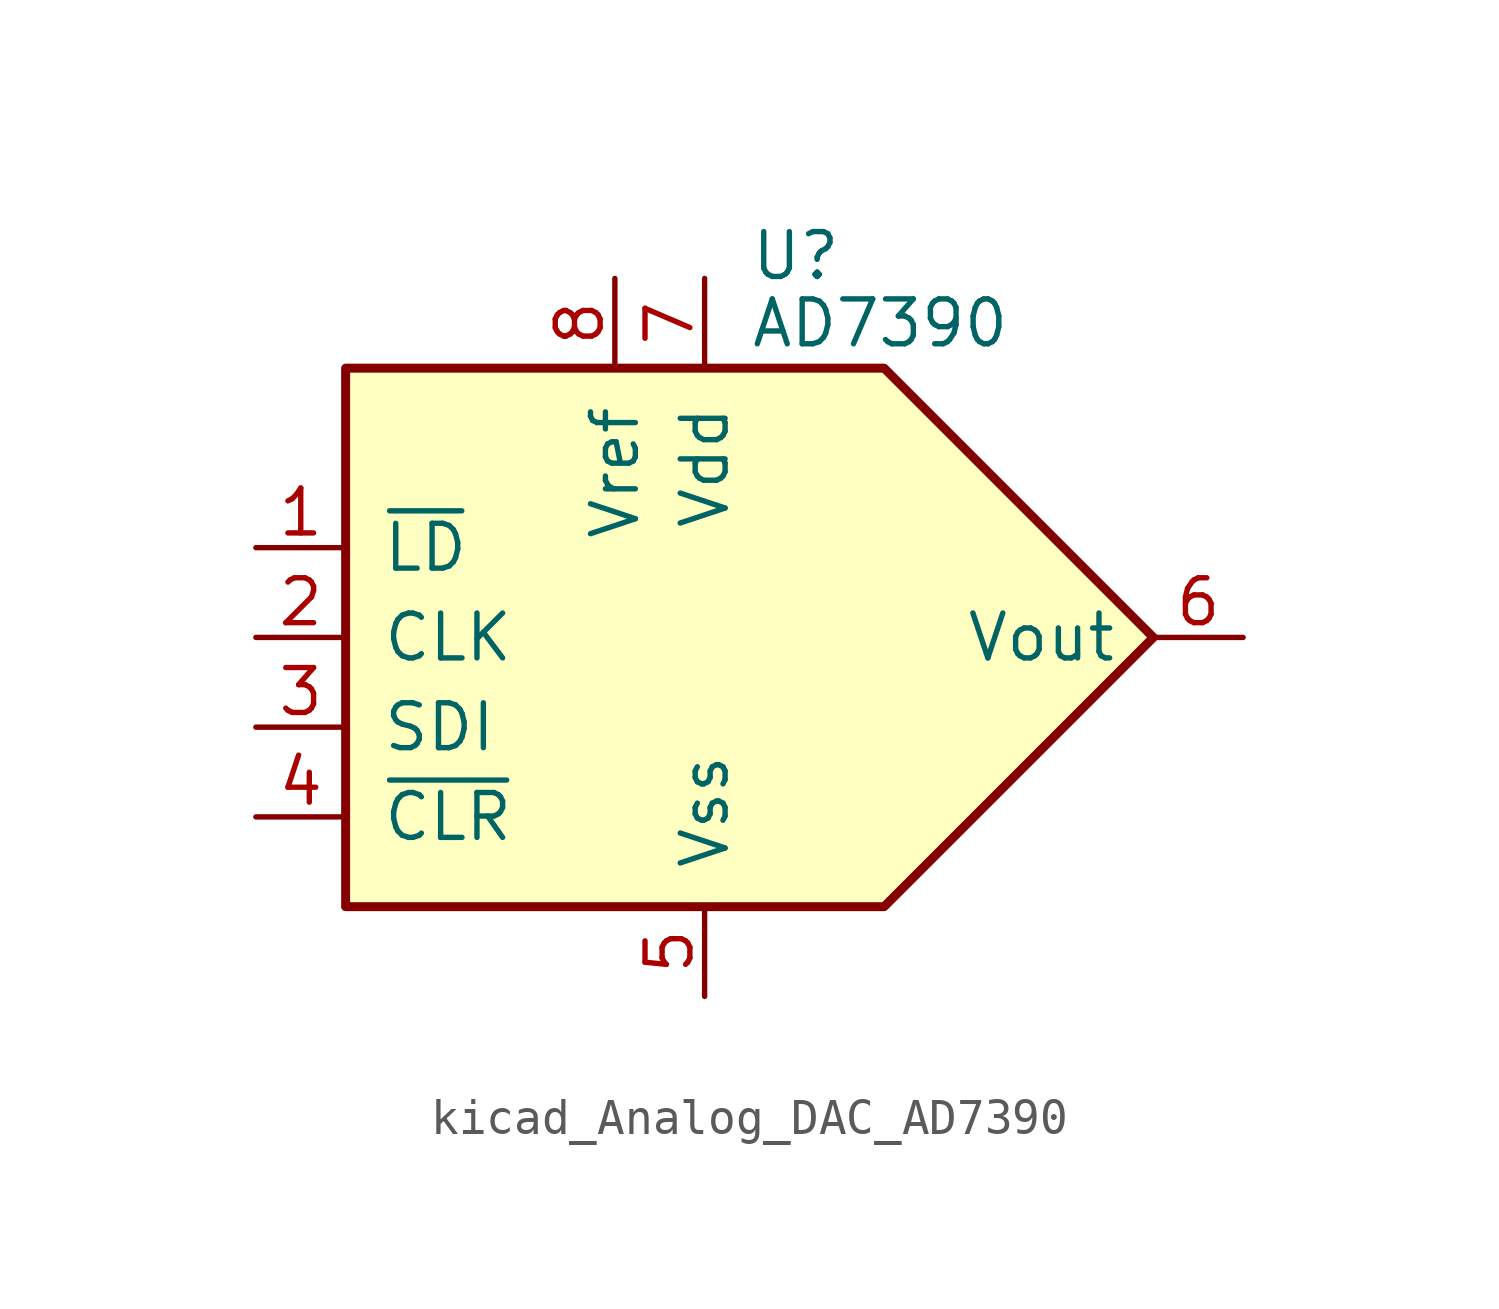
<source format=kicad_sym>
(kicad_symbol_lib
  (version 20220914)
  (generator kicad_symbol_editor)
  (symbol "kicad_Analog_DAC_AD7390"
    (pin_names
      (offset 1.016))
    (property "Reference" "U"
      (at 1.27 10.795 0)
      (effects (font (size 1.27 1.27)) (justify left)))
    (property "Value" "AD7390"
      (at 1.27 8.89 0)
      (effects (font (size 1.27 1.27)) (justify left)))
    (symbol "kicad_Analog_DAC_AD7390_0_0"
      (polyline (pts (xy 12.7 0) (xy 5.08 7.62) (xy -10.16 7.62) (xy -10.16 -7.62) (xy 5.08 -7.62) (xy 12.7 0)) (stroke (width 0.254) (type default)) (fill (type background))))
    (symbol "kicad_Analog_DAC_AD7390_1_1"
      (pin input line (at -12.7 2.54 0) (length 2.54) (name "~{LD}" (effects (font (size 1.27 1.27)))) (number "1" (effects (font (size 1.27 1.27)))))
      (pin input line (at -12.7 0 0) (length 2.54) (name "CLK" (effects (font (size 1.27 1.27)))) (number "2" (effects (font (size 1.27 1.27)))))
      (pin input line (at -12.7 -2.54 0) (length 2.54) (name "SDI" (effects (font (size 1.27 1.27)))) (number "3" (effects (font (size 1.27 1.27)))))
      (pin input line (at -12.7 -5.08 0) (length 2.54) (name "~{CLR}" (effects (font (size 1.27 1.27)))) (number "4" (effects (font (size 1.27 1.27)))))
      (pin power_in line (at 0 -10.16 90) (length 2.54) (name "Vss" (effects (font (size 1.27 1.27)))) (number "5" (effects (font (size 1.27 1.27)))))
      (pin output line (at 15.24 0 180) (length 2.54) (name "Vout" (effects (font (size 1.27 1.27)))) (number "6" (effects (font (size 1.27 1.27)))))
      (pin power_in line (at 0 10.16 270) (length 2.54) (name "Vdd" (effects (font (size 1.27 1.27)))) (number "7" (effects (font (size 1.27 1.27)))))
      (pin input line (at -2.54 10.16 270) (length 2.54) (name "Vref" (effects (font (size 1.27 1.27)))) (number "8" (effects (font (size 1.27 1.27))))))))
</source>
